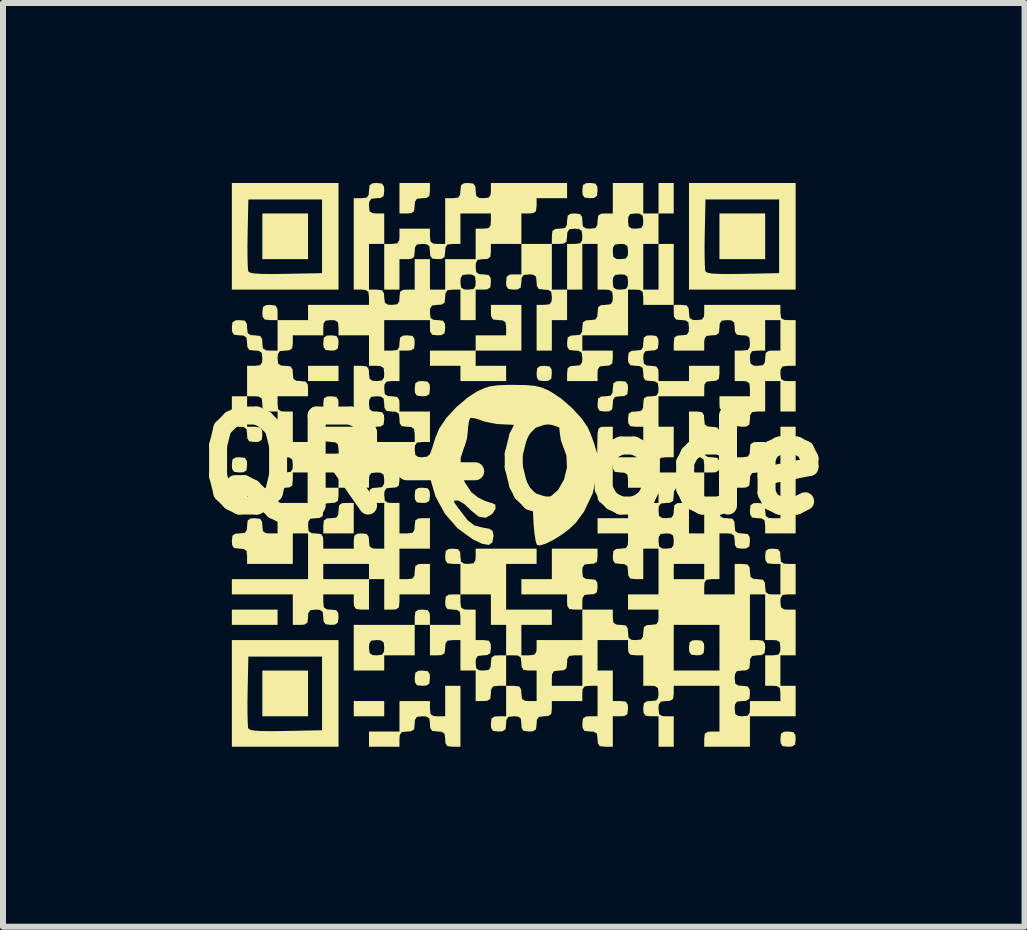
<source format=kicad_pcb>
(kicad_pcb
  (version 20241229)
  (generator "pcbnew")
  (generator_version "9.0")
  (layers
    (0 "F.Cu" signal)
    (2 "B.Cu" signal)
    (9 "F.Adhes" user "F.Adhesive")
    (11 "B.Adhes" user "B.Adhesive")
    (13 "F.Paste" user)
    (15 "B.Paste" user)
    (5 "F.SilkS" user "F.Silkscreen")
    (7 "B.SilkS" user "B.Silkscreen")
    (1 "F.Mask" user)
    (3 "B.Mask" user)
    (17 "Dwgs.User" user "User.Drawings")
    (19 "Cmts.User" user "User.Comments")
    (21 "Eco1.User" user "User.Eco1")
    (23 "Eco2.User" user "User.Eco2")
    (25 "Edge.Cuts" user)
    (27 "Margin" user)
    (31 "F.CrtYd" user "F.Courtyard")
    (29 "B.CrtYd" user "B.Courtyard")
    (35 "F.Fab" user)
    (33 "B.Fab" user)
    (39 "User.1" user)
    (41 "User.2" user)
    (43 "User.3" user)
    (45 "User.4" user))
  (footprint "QR-Code"
    (layer "F.Cu")
    (at 5.514 4.699)
    (property "Reference" "QR-Code" (at 0 0 0) (layer "F.SilkS") (effects (font (size 1.5 1.5) (thickness 0.3))))
    (attr board_only exclude_from_pos_files exclude_from_bom)
    (fp_poly (pts (xy -3.937 2.54) (xy -3.937 2.667) (xy -4.318 2.667) (xy -4.699 2.667) (xy -4.699 2.54) (xy -4.699 2.413) (xy -4.318 2.413) (xy -3.937 2.413)) (stroke (width 0) (type solid)) (fill yes) (layer "F.SilkS"))
    (fp_poly (pts (xy -3.429 -3.81) (xy -3.429 -3.429) (xy -3.81 -3.429) (xy -4.191 -3.429) (xy -4.191 -3.81) (xy -4.191 -4.191) (xy -3.81 -4.191) (xy -3.429 -4.191)) (stroke (width 0) (type solid)) (fill yes) (layer "F.SilkS"))
    (fp_poly (pts (xy -3.429 3.81) (xy -3.429 4.191) (xy -3.81 4.191) (xy -4.191 4.191) (xy -4.191 3.81) (xy -4.191 3.429) (xy -3.81 3.429) (xy -3.429 3.429)) (stroke (width 0) (type solid)) (fill yes) (layer "F.SilkS"))
    (fp_poly (pts (xy -2.921 -1.524) (xy -2.921 -1.397) (xy -3.175 -1.397) (xy -3.429 -1.397) (xy -3.429 -1.524) (xy -3.429 -1.651) (xy -3.175 -1.651) (xy -2.921 -1.651)) (stroke (width 0) (type solid)) (fill yes) (layer "F.SilkS"))
    (fp_poly (pts (xy -2.159 4.064) (xy -2.159 4.191) (xy -2.413 4.191) (xy -2.667 4.191) (xy -2.667 4.064) (xy -2.667 3.937) (xy -2.413 3.937) (xy -2.159 3.937)) (stroke (width 0) (type solid)) (fill yes) (layer "F.SilkS"))
    (fp_poly (pts (xy 4.191 -3.81) (xy 4.191 -3.429) (xy 3.81 -3.429) (xy 3.429 -3.429) (xy 3.429 -3.81) (xy 3.429 -4.191) (xy 3.81 -4.191) (xy 4.191 -4.191)) (stroke (width 0) (type solid)) (fill yes) (layer "F.SilkS"))
    (fp_poly (pts (xy -4.482 -0.117) (xy -4.449 -0.067) (xy -4.445 0) (xy -4.455 0.09) (xy -4.505 0.123) (xy -4.572 0.127) (xy -4.662 0.117) (xy -4.695 0.067) (xy -4.699 0) (xy -4.689 -0.09) (xy -4.639 -0.123) (xy -4.572 -0.127)) (stroke (width 0) (type solid)) (fill yes) (layer "F.SilkS"))
    (fp_poly (pts (xy -4.482 0.391) (xy -4.449 0.441) (xy -4.445 0.508) (xy -4.455 0.598) (xy -4.505 0.631) (xy -4.572 0.635) (xy -4.662 0.625) (xy -4.695 0.575) (xy -4.699 0.508) (xy -4.689 0.418) (xy -4.639 0.385) (xy -4.572 0.381)) (stroke (width 0) (type solid)) (fill yes) (layer "F.SilkS"))
    (fp_poly (pts (xy -2.958 -2.149) (xy -2.925 -2.099) (xy -2.921 -2.032) (xy -2.931 -1.942) (xy -2.981 -1.909) (xy -3.048 -1.905) (xy -3.138 -1.915) (xy -3.171 -1.965) (xy -3.175 -2.032) (xy -3.165 -2.122) (xy -3.115 -2.155) (xy -3.048 -2.159)) (stroke (width 0) (type solid)) (fill yes) (layer "F.SilkS"))
    (fp_poly (pts (xy -2.958 -1.133) (xy -2.925 -1.083) (xy -2.921 -1.016) (xy -2.931 -0.926) (xy -2.981 -0.893) (xy -3.048 -0.889) (xy -3.138 -0.899) (xy -3.171 -0.949) (xy -3.175 -1.016) (xy -3.165 -1.106) (xy -3.115 -1.139) (xy -3.048 -1.143)) (stroke (width 0) (type solid)) (fill yes) (layer "F.SilkS"))
    (fp_poly (pts (xy -1.434 -1.387) (xy -1.401 -1.337) (xy -1.397 -1.27) (xy -1.407 -1.18) (xy -1.457 -1.147) (xy -1.524 -1.143) (xy -1.614 -1.153) (xy -1.647 -1.203) (xy -1.651 -1.27) (xy -1.641 -1.36) (xy -1.591 -1.393) (xy -1.524 -1.397)) (stroke (width 0) (type solid)) (fill yes) (layer "F.SilkS"))
    (fp_poly (pts (xy -1.434 0.391) (xy -1.401 0.441) (xy -1.397 0.508) (xy -1.407 0.598) (xy -1.457 0.631) (xy -1.524 0.635) (xy -1.614 0.625) (xy -1.647 0.575) (xy -1.651 0.508) (xy -1.641 0.418) (xy -1.591 0.385) (xy -1.524 0.381)) (stroke (width 0) (type solid)) (fill yes) (layer "F.SilkS"))
    (fp_poly (pts (xy -1.434 3.439) (xy -1.401 3.489) (xy -1.397 3.556) (xy -1.407 3.646) (xy -1.457 3.679) (xy -1.524 3.683) (xy -1.614 3.673) (xy -1.647 3.623) (xy -1.651 3.556) (xy -1.641 3.466) (xy -1.591 3.433) (xy -1.524 3.429)) (stroke (width 0) (type solid)) (fill yes) (layer "F.SilkS"))
    (fp_poly (pts (xy 0.598 -1.641) (xy 0.631 -1.591) (xy 0.635 -1.524) (xy 0.625 -1.434) (xy 0.575 -1.401) (xy 0.508 -1.397) (xy 0.418 -1.407) (xy 0.385 -1.457) (xy 0.381 -1.524) (xy 0.391 -1.614) (xy 0.441 -1.647) (xy 0.508 -1.651)) (stroke (width 0) (type solid)) (fill yes) (layer "F.SilkS"))
    (fp_poly (pts (xy 1.36 -4.689) (xy 1.393 -4.639) (xy 1.397 -4.572) (xy 1.387 -4.482) (xy 1.337 -4.449) (xy 1.27 -4.445) (xy 1.18 -4.455) (xy 1.147 -4.505) (xy 1.143 -4.572) (xy 1.153 -4.662) (xy 1.203 -4.695) (xy 1.27 -4.699)) (stroke (width 0) (type solid)) (fill yes) (layer "F.SilkS"))
    (fp_poly (pts (xy 1.614 0.391) (xy 1.647 0.441) (xy 1.651 0.508) (xy 1.641 0.598) (xy 1.591 0.631) (xy 1.524 0.635) (xy 1.434 0.625) (xy 1.401 0.575) (xy 1.397 0.508) (xy 1.407 0.418) (xy 1.457 0.385) (xy 1.524 0.381)) (stroke (width 0) (type solid)) (fill yes) (layer "F.SilkS"))
    (fp_poly (pts (xy 3.138 2.931) (xy 3.171 2.981) (xy 3.175 3.048) (xy 3.165 3.138) (xy 3.115 3.171) (xy 3.048 3.175) (xy 2.958 3.165) (xy 2.925 3.115) (xy 2.921 3.048) (xy 2.931 2.958) (xy 2.981 2.925) (xy 3.048 2.921)) (stroke (width 0) (type solid)) (fill yes) (layer "F.SilkS"))
    (fp_poly (pts (xy 4.662 4.455) (xy 4.695 4.505) (xy 4.699 4.572) (xy 4.689 4.662) (xy 4.639 4.695) (xy 4.572 4.699) (xy 4.482 4.689) (xy 4.449 4.639) (xy 4.445 4.572) (xy 4.455 4.482) (xy 4.505 4.449) (xy 4.572 4.445)) (stroke (width 0) (type solid)) (fill yes) (layer "F.SilkS"))
    (fp_poly (pts (xy -2.667 0.889) (xy -2.667 1.143) (xy -2.921 1.143) (xy -3.175 1.143) (xy -3.175 1.016) (xy -3.165 0.926) (xy -3.115 0.893) (xy -3.048 0.889) (xy -2.958 0.879) (xy -2.925 0.829) (xy -2.921 0.762) (xy -2.911 0.672) (xy -2.861 0.639) (xy -2.794 0.635) (xy -2.667 0.635)) (stroke (width 0) (type solid)) (fill yes) (layer "F.SilkS"))
    (fp_poly (pts (xy -1.397 -4.572) (xy -1.407 -4.482) (xy -1.457 -4.449) (xy -1.524 -4.445) (xy -1.614 -4.435) (xy -1.647 -4.385) (xy -1.651 -4.318) (xy -1.661 -4.228) (xy -1.711 -4.195) (xy -1.778 -4.191) (xy -1.905 -4.191) (xy -1.905 -4.445) (xy -1.905 -4.699) (xy -1.651 -4.699) (xy -1.397 -4.699)) (stroke (width 0) (type solid)) (fill yes) (layer "F.SilkS"))
    (fp_poly (pts (xy 4.191 -0.127) (xy 4.191 0.127) (xy 4.064 0.127) (xy 3.974 0.137) (xy 3.941 0.187) (xy 3.937 0.254) (xy 3.927 0.344) (xy 3.877 0.377) (xy 3.81 0.381) (xy 3.683 0.381) (xy 3.683 0.127) (xy 3.683 -0.127) (xy 3.81 -0.127) (xy 3.9 -0.137) (xy 3.933 -0.187) (xy 3.937 -0.254) (xy 3.947 -0.344) (xy 3.997 -0.377) (xy 4.064 -0.381) (xy 4.191 -0.381)) (stroke (width 0) (type solid)) (fill yes) (layer "F.SilkS"))
    (fp_poly (pts (xy 1.868 -1.387) (xy 1.901 -1.337) (xy 1.905 -1.27) (xy 1.895 -1.18) (xy 1.845 -1.147) (xy 1.778 -1.143) (xy 1.688 -1.133) (xy 1.655 -1.083) (xy 1.651 -1.016) (xy 1.641 -0.926) (xy 1.591 -0.893) (xy 1.524 -0.889) (xy 1.434 -0.899) (xy 1.401 -0.949) (xy 1.397 -1.016) (xy 1.407 -1.106) (xy 1.457 -1.139) (xy 1.524 -1.143) (xy 1.614 -1.153) (xy 1.647 -1.203) (xy 1.651 -1.27) (xy 1.661 -1.36) (xy 1.711 -1.393) (xy 1.778 -1.397)) (stroke (width 0) (type solid)) (fill yes) (layer "F.SilkS"))
    (fp_poly (pts (xy 4.699 0.254) (xy 4.699 1.143) (xy 4.445 1.143) (xy 4.191 1.143) (xy 4.191 1.016) (xy 4.181 0.926) (xy 4.131 0.893) (xy 4.064 0.889) (xy 3.974 0.879) (xy 3.941 0.829) (xy 3.937 0.762) (xy 3.947 0.672) (xy 3.997 0.639) (xy 4.064 0.635) (xy 4.154 0.645) (xy 4.187 0.695) (xy 4.191 0.762) (xy 4.201 0.852) (xy 4.251 0.885) (xy 4.318 0.889) (xy 4.445 0.889) (xy 4.445 0.127) (xy 4.445 -0.635) (xy 4.572 -0.635) (xy 4.699 -0.635)) (stroke (width 0) (type solid)) (fill yes) (layer "F.SilkS"))
    (fp_poly (pts (xy -2.921 -3.81) (xy -2.921 -2.921) (xy -3.81 -2.921) (xy -4.699 -2.921) (xy -4.699 -3.64) (xy -4.439 -3.64) (xy -4.438 -3.453) (xy -4.434 -3.313) (xy -4.428 -3.236) (xy -4.426 -3.229) (xy -4.399 -3.206) (xy -4.33 -3.191) (xy -4.208 -3.183) (xy -4.022 -3.181) (xy -3.8 -3.184) (xy -3.196 -3.196) (xy -3.196 -3.81) (xy -3.196 -4.424) (xy -3.81 -4.424) (xy -4.424 -4.424) (xy -4.436 -3.854) (xy -4.439 -3.64) (xy -4.699 -3.64) (xy -4.699 -3.81) (xy -4.699 -4.699) (xy -3.81 -4.699) (xy -2.921 -4.699)) (stroke (width 0) (type solid)) (fill yes) (layer "F.SilkS"))
    (fp_poly (pts (xy -2.921 3.81) (xy -2.921 4.699) (xy -3.81 4.699) (xy -4.699 4.699) (xy -4.699 3.98) (xy -4.439 3.98) (xy -4.438 4.167) (xy -4.434 4.307) (xy -4.428 4.384) (xy -4.426 4.391) (xy -4.399 4.414) (xy -4.33 4.429) (xy -4.208 4.437) (xy -4.022 4.439) (xy -3.8 4.436) (xy -3.196 4.424) (xy -3.196 3.81) (xy -3.196 3.196) (xy -3.81 3.196) (xy -4.424 3.196) (xy -4.436 3.766) (xy -4.439 3.98) (xy -4.699 3.98) (xy -4.699 3.81) (xy -4.699 2.921) (xy -3.81 2.921) (xy -2.921 2.921)) (stroke (width 0) (type solid)) (fill yes) (layer "F.SilkS"))
    (fp_poly (pts (xy 4.699 -3.81) (xy 4.699 -2.921) (xy 3.81 -2.921) (xy 2.921 -2.921) (xy 2.921 -3.64) (xy 3.181 -3.64) (xy 3.182 -3.453) (xy 3.186 -3.313) (xy 3.192 -3.236) (xy 3.194 -3.229) (xy 3.221 -3.206) (xy 3.29 -3.191) (xy 3.412 -3.183) (xy 3.598 -3.181) (xy 3.82 -3.184) (xy 4.424 -3.196) (xy 4.424 -3.81) (xy 4.424 -4.424) (xy 3.81 -4.424) (xy 3.196 -4.424) (xy 3.184 -3.854) (xy 3.181 -3.64) (xy 2.921 -3.64) (xy 2.921 -3.81) (xy 2.921 -4.699) (xy 3.81 -4.699) (xy 4.699 -4.699)) (stroke (width 0) (type solid)) (fill yes) (layer "F.SilkS"))
    (fp_poly (pts (xy 0.127 -2.286) (xy 0.127 -1.905) (xy -0.254 -1.905) (xy -0.635 -1.905) (xy -0.635 -1.778) (xy -0.635 -1.651) (xy -0.381 -1.651) (xy -0.127 -1.651) (xy -0.127 -1.524) (xy -0.127 -1.397) (xy -0.508 -1.397) (xy -0.889 -1.397) (xy -0.889 -1.524) (xy -0.889 -1.651) (xy -1.143 -1.651) (xy -1.397 -1.651) (xy -1.397 -1.778) (xy -1.397 -1.905) (xy -1.016 -1.905) (xy -0.635 -1.905) (xy -0.635 -2.032) (xy -0.635 -2.159) (xy -0.381 -2.159) (xy -0.127 -2.159) (xy -0.127 -2.286) (xy -0.137 -2.376) (xy -0.187 -2.409) (xy -0.254 -2.413) (xy -0.344 -2.423) (xy -0.377 -2.473) (xy -0.381 -2.54) (xy -0.381 -2.667) (xy -0.127 -2.667) (xy 0.127 -2.667)) (stroke (width 0) (type solid)) (fill yes) (layer "F.SilkS"))
    (fp_poly (pts (xy 1.397 1.524) (xy 1.387 1.614) (xy 1.337 1.647) (xy 1.27 1.651) (xy 1.18 1.661) (xy 1.147 1.711) (xy 1.143 1.778) (xy 1.153 1.868) (xy 1.203 1.901) (xy 1.27 1.905) (xy 1.36 1.915) (xy 1.393 1.965) (xy 1.397 2.032) (xy 1.387 2.122) (xy 1.337 2.155) (xy 1.27 2.159) (xy 1.18 2.169) (xy 1.147 2.219) (xy 1.143 2.286) (xy 1.143 2.413) (xy 1.016 2.413) (xy 0.926 2.403) (xy 0.893 2.353) (xy 0.889 2.286) (xy 0.889 2.159) (xy 0.508 2.159) (xy 0.127 2.159) (xy 0.127 2.032) (xy 0.127 1.905) (xy 0.381 1.905) (xy 0.635 1.905) (xy 0.635 1.651) (xy 0.635 1.397) (xy 1.016 1.397) (xy 1.397 1.397)) (stroke (width 0) (type solid)) (fill yes) (layer "F.SilkS"))
    (fp_poly (pts (xy -0.889 4.191) (xy -0.889 4.699) (xy -1.016 4.699) (xy -1.106 4.689) (xy -1.139 4.639) (xy -1.143 4.572) (xy -1.153 4.482) (xy -1.203 4.449) (xy -1.27 4.445) (xy -1.36 4.435) (xy -1.393 4.385) (xy -1.397 4.318) (xy -1.407 4.228) (xy -1.457 4.195) (xy -1.524 4.191) (xy -1.614 4.201) (xy -1.647 4.251) (xy -1.651 4.318) (xy -1.661 4.408) (xy -1.711 4.441) (xy -1.778 4.445) (xy -1.868 4.455) (xy -1.901 4.505) (xy -1.905 4.572) (xy -1.905 4.699) (xy -2.159 4.699) (xy -2.413 4.699) (xy -2.413 4.572) (xy -2.413 4.445) (xy -2.159 4.445) (xy -1.905 4.445) (xy -1.905 4.191) (xy -1.905 3.937) (xy -1.651 3.937) (xy -1.397 3.937) (xy -1.397 4.064) (xy -1.387 4.154) (xy -1.337 4.187) (xy -1.27 4.191) (xy -1.143 4.191) (xy -1.143 3.937) (xy -1.143 3.683) (xy -1.016 3.683) (xy -0.889 3.683)) (stroke (width 0) (type solid)) (fill yes) (layer "F.SilkS"))
    (fp_poly (pts (xy 2.884 -2.657) (xy 2.917 -2.607) (xy 2.921 -2.54) (xy 2.931 -2.45) (xy 2.981 -2.417) (xy 3.048 -2.413) (xy 3.138 -2.423) (xy 3.171 -2.473) (xy 3.175 -2.54) (xy 3.175 -2.667) (xy 3.81 -2.667) (xy 4.445 -2.667) (xy 4.445 -2.54) (xy 4.455 -2.45) (xy 4.505 -2.417) (xy 4.572 -2.413) (xy 4.699 -2.413) (xy 4.699 -2.032) (xy 4.699 -1.651) (xy 4.572 -1.651) (xy 4.482 -1.641) (xy 4.449 -1.591) (xy 4.445 -1.524) (xy 4.455 -1.434) (xy 4.505 -1.401) (xy 4.572 -1.397) (xy 4.699 -1.397) (xy 4.699 -1.143) (xy 4.699 -0.889) (xy 4.572 -0.889) (xy 4.445 -0.889) (xy 4.445 -1.143) (xy 4.445 -1.397) (xy 4.318 -1.397) (xy 4.191 -1.397) (xy 4.191 -1.143) (xy 4.191 -0.889) (xy 4.064 -0.889) (xy 3.974 -0.879) (xy 3.941 -0.829) (xy 3.937 -0.762) (xy 3.927 -0.672) (xy 3.877 -0.639) (xy 3.81 -0.635) (xy 3.72 -0.645) (xy 3.687 -0.695) (xy 3.683 -0.762) (xy 3.673 -0.852) (xy 3.623 -0.885) (xy 3.556 -0.889) (xy 3.466 -0.899) (xy 3.433 -0.949) (xy 3.429 -1.016) (xy 3.429 -1.143) (xy 3.683 -1.143) (xy 3.937 -1.143) (xy 3.937 -1.27) (xy 3.927 -1.36) (xy 3.877 -1.393) (xy 3.81 -1.397) (xy 3.683 -1.397) (xy 3.683 -1.651) (xy 3.683 -1.778) (xy 3.937 -1.778) (xy 3.947 -1.688) (xy 3.997 -1.655) (xy 4.064 -1.651) (xy 4.154 -1.661) (xy 4.187 -1.711) (xy 4.191 -1.778) (xy 4.201 -1.868) (xy 4.251 -1.901) (xy 4.318 -1.905) (xy 4.445 -1.905) (xy 4.445 -2.159) (xy 4.445 -2.413) (xy 4.318 -2.413) (xy 4.191 -2.413) (xy 4.191 -2.159) (xy 4.191 -1.905) (xy 4.064 -1.905) (xy 3.974 -1.895) (xy 3.941 -1.845) (xy 3.937 -1.778) (xy 3.683 -1.778) (xy 3.683 -1.905) (xy 3.81 -1.905) (xy 3.9 -1.915) (xy 3.933 -1.965) (xy 3.937 -2.032) (xy 3.927 -2.122) (xy 3.877 -2.155) (xy 3.81 -2.159) (xy 3.72 -2.169) (xy 3.687 -2.219) (xy 3.683 -2.286) (xy 3.673 -2.376) (xy 3.623 -2.409) (xy 3.556 -2.413) (xy 3.466 -2.403) (xy 3.433 -2.353) (xy 3.429 -2.286) (xy 3.419 -2.196) (xy 3.369 -2.163) (xy 3.302 -2.159) (xy 3.212 -2.149) (xy 3.179 -2.099) (xy 3.175 -2.032) (xy 3.175 -1.905) (xy 2.921 -1.905) (xy 2.667 -1.905) (xy 2.667 -2.032) (xy 2.677 -2.122) (xy 2.727 -2.155) (xy 2.794 -2.159) (xy 2.884 -2.169) (xy 2.917 -2.219) (xy 2.921 -2.286) (xy 2.911 -2.376) (xy 2.861 -2.409) (xy 2.794 -2.413) (xy 2.704 -2.423) (xy 2.671 -2.473) (xy 2.667 -2.54) (xy 2.667 -2.667) (xy 2.794 -2.667)) (stroke (width 0) (type solid)) (fill yes) (layer "F.SilkS"))
    (fp_poly (pts (xy 0.889 -4.572) (xy 0.889 -4.445) (xy 0.635 -4.445) (xy 0.381 -4.445) (xy 0.381 -4.318) (xy 0.371 -4.228) (xy 0.321 -4.195) (xy 0.254 -4.191) (xy 0.127 -4.191) (xy 0.127 -3.937) (xy 0.127 -3.683) (xy 0.381 -3.683) (xy 0.635 -3.683) (xy 0.635 -3.81) (xy 0.645 -3.9) (xy 0.695 -3.933) (xy 0.762 -3.937) (xy 0.852 -3.947) (xy 0.885 -3.997) (xy 0.889 -4.064) (xy 0.899 -4.154) (xy 0.949 -4.187) (xy 1.016 -4.191) (xy 1.106 -4.181) (xy 1.139 -4.131) (xy 1.143 -4.064) (xy 1.153 -3.974) (xy 1.203 -3.941) (xy 1.27 -3.937) (xy 1.36 -3.947) (xy 1.393 -3.997) (xy 1.397 -4.064) (xy 1.905 -4.064) (xy 1.915 -3.974) (xy 1.965 -3.941) (xy 2.032 -3.937) (xy 2.122 -3.947) (xy 2.155 -3.997) (xy 2.159 -4.064) (xy 2.149 -4.154) (xy 2.099 -4.187) (xy 2.032 -4.191) (xy 1.942 -4.181) (xy 1.909 -4.131) (xy 1.905 -4.064) (xy 1.397 -4.064) (xy 1.407 -4.154) (xy 1.457 -4.187) (xy 1.524 -4.191) (xy 1.651 -4.191) (xy 1.651 -4.445) (xy 1.651 -4.699) (xy 1.905 -4.699) (xy 2.159 -4.699) (xy 2.159 -4.445) (xy 2.159 -4.191) (xy 2.286 -4.191) (xy 2.413 -4.191) (xy 2.413 -4.445) (xy 2.413 -4.699) (xy 2.54 -4.699) (xy 2.667 -4.699) (xy 2.667 -4.445) (xy 2.667 -4.191) (xy 2.54 -4.191) (xy 2.413 -4.191) (xy 2.413 -3.937) (xy 2.413 -3.683) (xy 2.286 -3.683) (xy 2.159 -3.683) (xy 2.159 -3.302) (xy 2.159 -2.921) (xy 2.286 -2.921) (xy 2.413 -2.921) (xy 2.413 -3.302) (xy 2.413 -3.683) (xy 2.54 -3.683) (xy 2.667 -3.683) (xy 2.667 -3.175) (xy 2.667 -2.667) (xy 2.413 -2.667) (xy 2.159 -2.667) (xy 2.159 -2.794) (xy 2.149 -2.884) (xy 2.099 -2.917) (xy 2.032 -2.921) (xy 1.905 -2.921) (xy 1.905 -2.54) (xy 1.905 -2.159) (xy 1.524 -2.159) (xy 1.143 -2.159) (xy 1.143 -2.032) (xy 1.143 -1.905) (xy 1.397 -1.905) (xy 1.651 -1.905) (xy 1.651 -1.778) (xy 1.641 -1.688) (xy 1.591 -1.655) (xy 1.524 -1.651) (xy 1.434 -1.641) (xy 1.401 -1.591) (xy 1.397 -1.524) (xy 1.397 -1.397) (xy 1.143 -1.397) (xy 0.889 -1.397) (xy 0.889 -1.524) (xy 0.899 -1.614) (xy 0.949 -1.647) (xy 1.016 -1.651) (xy 1.106 -1.661) (xy 1.139 -1.711) (xy 1.143 -1.778) (xy 1.133 -1.868) (xy 1.083 -1.901) (xy 1.016 -1.905) (xy 0.926 -1.915) (xy 0.893 -1.965) (xy 0.889 -2.032) (xy 0.899 -2.122) (xy 0.949 -2.155) (xy 1.016 -2.159) (xy 1.106 -2.169) (xy 1.139 -2.219) (xy 1.143 -2.286) (xy 1.153 -2.376) (xy 1.203 -2.409) (xy 1.27 -2.413) (xy 1.36 -2.423) (xy 1.393 -2.473) (xy 1.397 -2.54) (xy 1.407 -2.63) (xy 1.457 -2.663) (xy 1.524 -2.667) (xy 1.614 -2.677) (xy 1.647 -2.727) (xy 1.651 -2.794) (xy 1.641 -2.884) (xy 1.591 -2.917) (xy 1.524 -2.921) (xy 1.397 -2.921) (xy 1.397 -3.048) (xy 1.651 -3.048) (xy 1.661 -2.958) (xy 1.711 -2.925) (xy 1.778 -2.921) (xy 1.868 -2.931) (xy 1.901 -2.981) (xy 1.905 -3.048) (xy 1.895 -3.138) (xy 1.845 -3.171) (xy 1.778 -3.175) (xy 1.688 -3.165) (xy 1.655 -3.115) (xy 1.651 -3.048) (xy 1.397 -3.048) (xy 1.397 -3.302) (xy 1.397 -3.556) (xy 1.651 -3.556) (xy 1.661 -3.466) (xy 1.711 -3.433) (xy 1.778 -3.429) (xy 1.868 -3.439) (xy 1.901 -3.489) (xy 1.905 -3.556) (xy 1.895 -3.646) (xy 1.845 -3.679) (xy 1.778 -3.683) (xy 1.688 -3.673) (xy 1.655 -3.623) (xy 1.651 -3.556) (xy 1.397 -3.556) (xy 1.397 -3.683) (xy 1.27 -3.683) (xy 1.143 -3.683) (xy 1.143 -3.302) (xy 1.143 -2.921) (xy 1.016 -2.921) (xy 0.889 -2.921) (xy 0.889 -2.667) (xy 0.889 -2.413) (xy 0.762 -2.413) (xy 0.635 -2.413) (xy 0.635 -2.159) (xy 0.635 -1.905) (xy 0.508 -1.905) (xy 0.381 -1.905) (xy 0.381 -2.286) (xy 0.381 -2.667) (xy 0.508 -2.667) (xy 0.598 -2.677) (xy 0.631 -2.727) (xy 0.635 -2.794) (xy 0.625 -2.884) (xy 0.575 -2.917) (xy 0.508 -2.921) (xy 0.635 -2.921) (xy 0.762 -2.921) (xy 0.889 -2.921) (xy 0.889 -3.302) (xy 0.889 -3.683) (xy 1.016 -3.683) (xy 1.106 -3.693) (xy 1.139 -3.743) (xy 1.143 -3.81) (xy 1.133 -3.9) (xy 1.083 -3.933) (xy 1.016 -3.937) (xy 0.926 -3.927) (xy 0.893 -3.877) (xy 0.889 -3.81) (xy 0.879 -3.72) (xy 0.829 -3.687) (xy 0.762 -3.683) (xy 0.635 -3.683) (xy 0.635 -3.302) (xy 0.635 -2.921) (xy 0.508 -2.921) (xy 0.418 -2.931) (xy 0.385 -2.981) (xy 0.381 -3.048) (xy 0.371 -3.138) (xy 0.321 -3.171) (xy 0.254 -3.175) (xy 0.164 -3.165) (xy 0.131 -3.115) (xy 0.127 -3.048) (xy 0.117 -2.958) (xy 0.067 -2.925) (xy 0 -2.921) (xy -0.09 -2.931) (xy -0.123 -2.981) (xy -0.127 -3.048) (xy -0.117 -3.138) (xy -0.067 -3.171) (xy 0 -3.175) (xy 0.127 -3.175) (xy 0.127 -3.429) (xy 0.127 -3.683) (xy -0.127 -3.683) (xy -0.381 -3.683) (xy -0.381 -3.556) (xy -0.391 -3.466) (xy -0.441 -3.433) (xy -0.508 -3.429) (xy -0.598 -3.419) (xy -0.631 -3.369) (xy -0.635 -3.302) (xy -0.625 -3.212) (xy -0.575 -3.179) (xy -0.508 -3.175) (xy -0.418 -3.165) (xy -0.385 -3.115) (xy -0.381 -3.048) (xy -0.391 -2.958) (xy -0.441 -2.925) (xy -0.508 -2.921) (xy -0.635 -2.921) (xy -0.635 -2.667) (xy -0.635 -2.413) (xy -0.762 -2.413) (xy -0.889 -2.413) (xy -0.889 -2.667) (xy -0.889 -2.921) (xy -1.016 -2.921) (xy -1.106 -2.911) (xy -1.139 -2.861) (xy -1.143 -2.794) (xy -1.153 -2.704) (xy -1.203 -2.671) (xy -1.27 -2.667) (xy -1.36 -2.657) (xy -1.393 -2.607) (xy -1.397 -2.54) (xy -1.387 -2.45) (xy -1.337 -2.417) (xy -1.27 -2.413) (xy -1.18 -2.403) (xy -1.147 -2.353) (xy -1.143 -2.286) (xy -1.153 -2.196) (xy -1.203 -2.163) (xy -1.27 -2.159) (xy -1.36 -2.169) (xy -1.393 -2.219) (xy -1.397 -2.286) (xy -1.397 -2.413) (xy -1.778 -2.413) (xy -2.159 -2.413) (xy -2.159 -2.159) (xy -2.159 -1.905) (xy -2.032 -1.905) (xy -1.942 -1.915) (xy -1.909 -1.965) (xy -1.905 -2.032) (xy -1.895 -2.122) (xy -1.845 -2.155) (xy -1.778 -2.159) (xy -1.688 -2.149) (xy -1.655 -2.099) (xy -1.651 -2.032) (xy -1.661 -1.942) (xy -1.711 -1.909) (xy -1.778 -1.905) (xy -1.905 -1.905) (xy -1.905 -1.651) (xy -1.905 -1.397) (xy -2.032 -1.397) (xy -2.122 -1.387) (xy -2.155 -1.337) (xy -2.159 -1.27) (xy -2.149 -1.18) (xy -2.099 -1.147) (xy -2.032 -1.143) (xy -1.942 -1.133) (xy -1.909 -1.083) (xy -1.905 -1.016) (xy -1.905 -0.889) (xy -1.651 -0.889) (xy -1.397 -0.889) (xy -1.397 -0.635) (xy -1.397 -0.381) (xy -1.524 -0.381) (xy -1.614 -0.371) (xy -1.647 -0.321) (xy -1.651 -0.254) (xy -1.64 -0.164) (xy -1.591 -0.131) (xy -1.526 -0.127) (xy -1.444 -0.137) (xy -1.396 -0.18) (xy -1.359 -0.281) (xy -1.352 -0.307) (xy -1.306 -0.452) (xy -1.252 -0.585) (xy -1.241 -0.608) (xy -1.124 -0.782) (xy -0.957 -0.962) (xy -0.768 -1.123) (xy -0.616 -1.221) (xy -0.502 -1.275) (xy -0.396 -1.309) (xy -0.27 -1.326) (xy -0.099 -1.333) (xy 0 -1.333) (xy 0.201 -1.33) (xy 0.343 -1.318) (xy 0.455 -1.293) (xy 0.562 -1.248) (xy 0.616 -1.221) (xy 0.79 -1.106) (xy 0.97 -0.949) (xy 1.128 -0.779) (xy 1.23 -0.631) (xy 1.279 -0.523) (xy 1.329 -0.386) (xy 1.338 -0.36) (xy 1.391 -0.191) (xy 1.394 -0.413) (xy 1.398 -0.542) (xy 1.415 -0.608) (xy 1.456 -0.632) (xy 1.524 -0.635) (xy 1.651 -0.635) (xy 1.651 -0.381) (xy 1.651 -0.127) (xy 1.905 -0.127) (xy 2.159 -0.127) (xy 2.159 -0.381) (xy 2.159 -0.635) (xy 2.032 -0.635) (xy 1.942 -0.645) (xy 1.909 -0.695) (xy 1.905 -0.762) (xy 1.915 -0.852) (xy 1.965 -0.885) (xy 2.032 -0.889) (xy 2.122 -0.899) (xy 2.155 -0.949) (xy 2.159 -1.016) (xy 2.169 -1.106) (xy 2.219 -1.139) (xy 2.286 -1.143) (xy 2.376 -1.153) (xy 2.409 -1.203) (xy 2.413 -1.27) (xy 2.403 -1.36) (xy 2.353 -1.393) (xy 2.286 -1.397) (xy 2.196 -1.407) (xy 2.163 -1.457) (xy 2.159 -1.524) (xy 2.149 -1.614) (xy 2.099 -1.647) (xy 2.032 -1.651) (xy 1.942 -1.661) (xy 1.909 -1.711) (xy 1.905 -1.778) (xy 1.915 -1.868) (xy 1.965 -1.901) (xy 2.032 -1.905) (xy 2.122 -1.915) (xy 2.155 -1.965) (xy 2.159 -2.032) (xy 2.169 -2.122) (xy 2.219 -2.155) (xy 2.286 -2.159) (xy 2.376 -2.149) (xy 2.409 -2.099) (xy 2.413 -2.032) (xy 2.403 -1.942) (xy 2.353 -1.909) (xy 2.286 -1.905) (xy 2.196 -1.895) (xy 2.163 -1.845) (xy 2.159 -1.778) (xy 2.169 -1.688) (xy 2.219 -1.655) (xy 2.286 -1.651) (xy 2.376 -1.641) (xy 2.409 -1.591) (xy 2.413 -1.524) (xy 2.413 -1.397) (xy 2.667 -1.397) (xy 2.921 -1.397) (xy 2.921 -1.524) (xy 2.921 -1.651) (xy 3.175 -1.651) (xy 3.429 -1.651) (xy 3.429 -1.524) (xy 3.419 -1.434) (xy 3.369 -1.401) (xy 3.302 -1.397) (xy 3.212 -1.387) (xy 3.179 -1.337) (xy 3.175 -1.27) (xy 3.175 -1.143) (xy 2.794 -1.143) (xy 2.413 -1.143) (xy 2.413 -0.889) (xy 2.413 -0.635) (xy 2.54 -0.635) (xy 2.667 -0.635) (xy 2.667 -0.381) (xy 2.667 -0.127) (xy 2.54 -0.127) (xy 2.45 -0.117) (xy 2.417 -0.067) (xy 2.413 0) (xy 2.413 0.127) (xy 2.794 0.127) (xy 3.175 0.127) (xy 3.175 0) (xy 3.165 -0.09) (xy 3.115 -0.123) (xy 3.048 -0.127) (xy 2.921 -0.127) (xy 2.921 -0.508) (xy 2.921 -0.889) (xy 3.048 -0.889) (xy 3.138 -0.879) (xy 3.171 -0.829) (xy 3.175 -0.762) (xy 3.185 -0.672) (xy 3.235 -0.639) (xy 3.302 -0.635) (xy 3.392 -0.625) (xy 3.425 -0.575) (xy 3.429 -0.508) (xy 3.419 -0.418) (xy 3.369 -0.385) (xy 3.302 -0.381) (xy 3.212 -0.371) (xy 3.179 -0.321) (xy 3.175 -0.254) (xy 3.185 -0.164) (xy 3.235 -0.131) (xy 3.302 -0.127) (xy 3.392 -0.117) (xy 3.425 -0.067) (xy 3.429 0) (xy 3.419 0.09) (xy 3.369 0.123) (xy 3.302 0.127) (xy 3.175 0.127) (xy 3.175 0.381) (xy 3.175 0.635) (xy 3.048 0.635) (xy 2.958 0.625) (xy 2.925 0.575) (xy 2.921 0.508) (xy 2.911 0.418) (xy 2.861 0.385) (xy 2.794 0.381) (xy 2.704 0.391) (xy 2.671 0.441) (xy 2.667 0.508) (xy 2.657 0.598) (xy 2.607 0.631) (xy 2.54 0.635) (xy 2.45 0.645) (xy 2.417 0.695) (xy 2.413 0.762) (xy 2.423 0.852) (xy 2.473 0.885) (xy 2.54 0.889) (xy 2.63 0.879) (xy 2.663 0.829) (xy 2.667 0.762) (xy 2.677 0.672) (xy 2.727 0.639) (xy 2.794 0.635) (xy 2.921 0.635) (xy 2.921 0.889) (xy 2.921 1.143) (xy 3.048 1.143) (xy 3.175 1.143) (xy 3.175 0.889) (xy 3.175 0.635) (xy 3.302 0.635) (xy 3.392 0.645) (xy 3.425 0.695) (xy 3.429 0.762) (xy 3.439 0.852) (xy 3.489 0.885) (xy 3.556 0.889) (xy 3.646 0.899) (xy 3.679 0.949) (xy 3.683 1.016) (xy 3.693 1.106) (xy 3.743 1.139) (xy 3.81 1.143) (xy 3.9 1.153) (xy 3.933 1.203) (xy 3.937 1.27) (xy 3.927 1.36) (xy 3.877 1.393) (xy 3.81 1.397) (xy 3.72 1.387) (xy 3.687 1.337) (xy 3.683 1.27) (xy 3.673 1.18) (xy 3.623 1.147) (xy 3.556 1.143) (xy 3.429 1.143) (xy 3.429 1.524) (xy 3.429 1.905) (xy 3.302 1.905) (xy 3.212 1.915) (xy 3.179 1.965) (xy 3.175 2.032) (xy 3.175 2.159) (xy 3.429 2.159) (xy 3.683 2.159) (xy 3.683 1.905) (xy 3.683 1.651) (xy 3.81 1.651) (xy 3.9 1.661) (xy 3.933 1.711) (xy 3.937 1.778) (xy 3.947 1.868) (xy 3.997 1.901) (xy 4.064 1.905) (xy 4.154 1.915) (xy 4.187 1.965) (xy 4.191 2.032) (xy 4.201 2.122) (xy 4.251 2.155) (xy 4.318 2.159) (xy 4.445 2.159) (xy 4.445 1.905) (xy 4.445 1.651) (xy 4.318 1.651) (xy 4.228 1.641) (xy 4.195 1.591) (xy 4.191 1.524) (xy 4.201 1.434) (xy 4.251 1.401) (xy 4.318 1.397) (xy 4.408 1.407) (xy 4.441 1.457) (xy 4.445 1.524) (xy 4.455 1.614) (xy 4.505 1.647) (xy 4.572 1.651) (xy 4.699 1.651) (xy 4.699 1.905) (xy 4.699 2.159) (xy 4.572 2.159) (xy 4.482 2.169) (xy 4.449 2.219) (xy 4.445 2.286) (xy 4.455 2.376) (xy 4.505 2.409) (xy 4.572 2.413) (xy 4.699 2.413) (xy 4.699 2.794) (xy 4.699 3.175) (xy 4.572 3.175) (xy 4.445 3.175) (xy 4.445 3.429) (xy 4.445 3.683) (xy 4.572 3.683) (xy 4.699 3.683) (xy 4.699 3.937) (xy 4.699 4.191) (xy 4.318 4.191) (xy 3.937 4.191) (xy 3.937 4.445) (xy 3.937 4.699) (xy 3.556 4.699) (xy 3.175 4.699) (xy 3.175 4.572) (xy 3.185 4.482) (xy 3.235 4.449) (xy 3.302 4.445) (xy 3.429 4.445) (xy 3.429 4.064) (xy 3.683 4.064) (xy 3.693 4.154) (xy 3.743 4.187) (xy 3.81 4.191) (xy 3.9 4.181) (xy 3.933 4.131) (xy 3.937 4.064) (xy 3.937 3.937) (xy 4.191 3.937) (xy 4.445 3.937) (xy 4.445 3.81) (xy 4.435 3.72) (xy 4.385 3.687) (xy 4.318 3.683) (xy 4.191 3.683) (xy 4.191 3.429) (xy 4.191 3.175) (xy 4.318 3.175) (xy 4.408 3.165) (xy 4.441 3.115) (xy 4.445 3.048) (xy 4.435 2.958) (xy 4.385 2.925) (xy 4.318 2.921) (xy 4.191 2.921) (xy 4.191 2.54) (xy 4.191 2.159) (xy 4.064 2.159) (xy 3.937 2.159) (xy 3.937 2.54) (xy 3.937 2.921) (xy 4.064 2.921) (xy 4.154 2.931) (xy 4.187 2.981) (xy 4.191 3.048) (xy 4.181 3.138) (xy 4.131 3.171) (xy 4.064 3.175) (xy 3.974 3.185) (xy 3.941 3.235) (xy 3.937 3.302) (xy 3.927 3.392) (xy 3.877 3.425) (xy 3.81 3.429) (xy 3.72 3.439) (xy 3.687 3.489) (xy 3.683 3.556) (xy 3.693 3.646) (xy 3.743 3.679) (xy 3.81 3.683) (xy 3.9 3.693) (xy 3.933 3.743) (xy 3.937 3.81) (xy 3.927 3.9) (xy 3.877 3.933) (xy 3.81 3.937) (xy 3.72 3.947) (xy 3.687 3.997) (xy 3.683 4.064) (xy 3.429 4.064) (xy 3.429 3.683) (xy 3.048 3.683) (xy 2.667 3.683) (xy 2.667 3.81) (xy 2.657 3.9) (xy 2.607 3.933) (xy 2.54 3.937) (xy 2.45 3.947) (xy 2.417 3.997) (xy 2.413 4.064) (xy 2.423 4.154) (xy 2.473 4.187) (xy 2.54 4.191) (xy 2.667 4.191) (xy 2.667 4.445) (xy 2.667 4.699) (xy 2.54 4.699) (xy 2.413 4.699) (xy 2.413 4.445) (xy 2.413 4.191) (xy 2.286 4.191) (xy 2.196 4.181) (xy 2.163 4.131) (xy 2.159 4.064) (xy 2.169 3.974) (xy 2.219 3.941) (xy 2.286 3.937) (xy 2.376 3.927) (xy 2.409 3.877) (xy 2.413 3.81) (xy 2.403 3.72) (xy 2.353 3.687) (xy 2.286 3.683) (xy 2.159 3.683) (xy 2.159 3.429) (xy 2.159 3.175) (xy 2.032 3.175) (xy 1.942 3.165) (xy 1.909 3.115) (xy 1.905 3.048) (xy 1.905 2.921) (xy 1.651 2.921) (xy 1.397 2.921) (xy 1.397 3.175) (xy 1.397 3.429) (xy 1.524 3.429) (xy 1.651 3.429) (xy 1.651 3.683) (xy 1.651 3.937) (xy 1.778 3.937) (xy 1.868 3.947) (xy 1.901 3.997) (xy 1.905 4.064) (xy 1.895 4.154) (xy 1.845 4.187) (xy 1.778 4.191) (xy 1.651 4.191) (xy 1.651 4.445) (xy 1.651 4.699) (xy 1.524 4.699) (xy 1.434 4.689) (xy 1.401 4.639) (xy 1.397 4.572) (xy 1.387 4.482) (xy 1.337 4.449) (xy 1.27 4.445) (xy 1.18 4.435) (xy 1.147 4.385) (xy 1.143 4.318) (xy 1.153 4.228) (xy 1.203 4.195) (xy 1.27 4.191) (xy 1.397 4.191) (xy 1.397 3.937) (xy 1.397 3.683) (xy 1.27 3.683) (xy 1.18 3.693) (xy 1.147 3.743) (xy 1.143 3.81) (xy 1.143 3.937) (xy 0.889 3.937) (xy 0.635 3.937) (xy 0.635 4.064) (xy 0.625 4.154) (xy 0.575 4.187) (xy 0.508 4.191) (xy 0.418 4.201) (xy 0.385 4.251) (xy 0.381 4.318) (xy 0.371 4.408) (xy 0.321 4.441) (xy 0.254 4.445) (xy 0.164 4.435) (xy 0.131 4.385) (xy 0.127 4.318) (xy 0.117 4.228) (xy 0.067 4.195) (xy 0 4.191) (xy -0.09 4.201) (xy -0.123 4.251) (xy -0.127 4.318) (xy -0.137 4.408) (xy -0.187 4.441) (xy -0.254 4.445) (xy -0.344 4.435) (xy -0.377 4.385) (xy -0.381 4.318) (xy -0.371 4.228) (xy -0.321 4.195) (xy -0.254 4.191) (xy -0.127 4.191) (xy -0.127 3.937) (xy -0.127 3.683) (xy 0 3.683) (xy 0.09 3.693) (xy 0.123 3.743) (xy 0.127 3.81) (xy 0.137 3.9) (xy 0.187 3.933) (xy 0.254 3.937) (xy 0.381 3.937) (xy 0.381 3.683) (xy 0.635 3.683) (xy 0.889 3.683) (xy 1.143 3.683) (xy 1.143 3.429) (xy 1.143 3.175) (xy 1.016 3.175) (xy 0.926 3.185) (xy 0.893 3.235) (xy 0.889 3.302) (xy 0.879 3.392) (xy 0.829 3.425) (xy 0.762 3.429) (xy 0.672 3.439) (xy 0.639 3.489) (xy 0.635 3.556) (xy 0.635 3.683) (xy 0.381 3.683) (xy 0.381 3.429) (xy 0.254 3.429) (xy 0.164 3.419) (xy 0.131 3.369) (xy 0.127 3.302) (xy 0.117 3.212) (xy 0.067 3.179) (xy 0 3.175) (xy -0.127 3.175) (xy -0.127 3.429) (xy -0.127 3.683) (xy -0.254 3.683) (xy -0.344 3.693) (xy -0.377 3.743) (xy -0.381 3.81) (xy -0.391 3.9) (xy -0.441 3.933) (xy -0.508 3.937) (xy -0.635 3.937) (xy -0.635 3.683) (xy -0.635 3.429) (xy -0.762 3.429) (xy -0.889 3.429) (xy -0.889 3.175) (xy -0.889 2.921) (xy -1.016 2.921) (xy -1.106 2.931) (xy -1.139 2.981) (xy -1.143 3.048) (xy -1.153 3.138) (xy -1.203 3.171) (xy -1.27 3.175) (xy -1.397 3.175) (xy -1.397 2.921) (xy -1.397 2.667) (xy -1.524 2.667) (xy -1.651 2.667) (xy -1.651 2.921) (xy -1.651 3.175) (xy -1.905 3.175) (xy -2.159 3.175) (xy -2.159 3.302) (xy -2.159 3.429) (xy -2.413 3.429) (xy -2.667 3.429) (xy -2.667 3.048) (xy -2.413 3.048) (xy -2.403 3.138) (xy -2.353 3.171) (xy -2.286 3.175) (xy -2.196 3.165) (xy -2.163 3.115) (xy -2.159 3.048) (xy -2.169 2.958) (xy -2.219 2.925) (xy -2.286 2.921) (xy -2.376 2.931) (xy -2.409 2.981) (xy -2.413 3.048) (xy -2.667 3.048) (xy -2.667 2.667) (xy -2.159 2.667) (xy -1.651 2.667) (xy -1.651 2.54) (xy -1.641 2.45) (xy -1.591 2.417) (xy -1.524 2.413) (xy -1.434 2.423) (xy -1.401 2.473) (xy -1.397 2.54) (xy -1.397 2.667) (xy -1.143 2.667) (xy -0.889 2.667) (xy -0.889 2.54) (xy -0.899 2.45) (xy -0.949 2.417) (xy -1.016 2.413) (xy -1.106 2.403) (xy -1.139 2.353) (xy -1.143 2.286) (xy -1.133 2.196) (xy -1.083 2.163) (xy -1.016 2.159) (xy -0.889 2.159) (xy -0.889 2.286) (xy -0.879 2.376) (xy -0.829 2.409) (xy -0.762 2.413) (xy -0.635 2.413) (xy -0.635 2.667) (xy -0.635 2.921) (xy -0.508 2.921) (xy -0.418 2.931) (xy -0.385 2.981) (xy -0.381 3.048) (xy -0.391 3.138) (xy -0.441 3.171) (xy -0.508 3.175) (xy -0.598 3.185) (xy -0.631 3.235) (xy -0.635 3.302) (xy -0.625 3.392) (xy -0.575 3.425) (xy -0.508 3.429) (xy -0.418 3.419) (xy -0.385 3.369) (xy -0.381 3.302) (xy -0.371 3.212) (xy -0.321 3.179) (xy -0.254 3.175) (xy -0.127 3.175) (xy -0.127 2.921) (xy -0.127 2.667) (xy -0.254 2.667) (xy -0.381 2.667) (xy -0.381 2.413) (xy -0.381 2.159) (xy -0.635 2.159) (xy -0.889 2.159) (xy -0.889 1.905) (xy -0.889 1.651) (xy -1.016 1.651) (xy -1.106 1.641) (xy -1.139 1.591) (xy -1.143 1.524) (xy -1.133 1.434) (xy -1.083 1.401) (xy -1.016 1.397) (xy -0.926 1.407) (xy -0.893 1.457) (xy -0.889 1.524) (xy -0.879 1.614) (xy -0.829 1.647) (xy -0.762 1.651) (xy -0.672 1.641) (xy -0.639 1.591) (xy -0.635 1.524) (xy -0.635 1.397) (xy -0.127 1.397) (xy 0.381 1.397) (xy 0.381 1.524) (xy 0.381 1.651) (xy 0.127 1.651) (xy -0.127 1.651) (xy -0.127 2.032) (xy -0.127 2.413) (xy 0.254 2.413) (xy 0.635 2.413) (xy 0.635 2.54) (xy 0.635 2.667) (xy 0.381 2.667) (xy 0.127 2.667) (xy 0.127 2.921) (xy 0.127 3.175) (xy 0.254 3.175) (xy 0.344 3.165) (xy 0.377 3.115) (xy 0.381 3.048) (xy 0.381 2.921) (xy 0.762 2.921) (xy 1.143 2.921) (xy 1.143 2.667) (xy 1.143 2.413) (xy 1.397 2.413) (xy 1.651 2.413) (xy 1.651 2.54) (xy 1.661 2.63) (xy 1.711 2.663) (xy 1.778 2.667) (xy 1.868 2.677) (xy 1.901 2.727) (xy 1.905 2.794) (xy 1.915 2.884) (xy 1.965 2.917) (xy 2.032 2.921) (xy 2.122 2.911) (xy 2.155 2.861) (xy 2.159 2.794) (xy 2.169 2.704) (xy 2.219 2.671) (xy 2.286 2.667) (xy 2.667 2.667) (xy 2.667 3.048) (xy 2.667 3.429) (xy 3.048 3.429) (xy 3.429 3.429) (xy 3.429 3.048) (xy 3.429 2.667) (xy 3.048 2.667) (xy 2.667 2.667) (xy 2.286 2.667) (xy 2.376 2.657) (xy 2.409 2.607) (xy 2.413 2.54) (xy 2.413 2.413) (xy 2.159 2.413) (xy 1.905 2.413) (xy 1.905 2.286) (xy 1.905 2.159) (xy 2.159 2.159) (xy 2.413 2.159) (xy 2.413 1.778) (xy 2.413 1.651) (xy 2.667 1.651) (xy 2.667 1.778) (xy 2.667 1.905) (xy 2.921 1.905) (xy 3.175 1.905) (xy 3.175 1.778) (xy 3.175 1.651) (xy 2.921 1.651) (xy 2.667 1.651) (xy 2.413 1.651) (xy 2.413 1.397) (xy 2.286 1.397) (xy 2.159 1.397) (xy 2.159 1.651) (xy 2.159 1.905) (xy 2.032 1.905) (xy 1.942 1.895) (xy 1.909 1.845) (xy 1.905 1.778) (xy 1.895 1.688) (xy 1.845 1.655) (xy 1.778 1.651) (xy 1.688 1.641) (xy 1.655 1.591) (xy 1.651 1.524) (xy 1.661 1.434) (xy 1.711 1.401) (xy 1.778 1.397) (xy 1.868 1.387) (xy 1.901 1.337) (xy 1.905 1.27) (xy 2.413 1.27) (xy 2.423 1.36) (xy 2.473 1.393) (xy 2.54 1.397) (xy 2.63 1.387) (xy 2.663 1.337) (xy 2.667 1.27) (xy 2.657 1.18) (xy 2.607 1.147) (xy 2.54 1.143) (xy 2.45 1.153) (xy 2.417 1.203) (xy 2.413 1.27) (xy 1.905 1.27) (xy 1.905 1.143) (xy 1.651 1.143) (xy 1.397 1.143) (xy 1.397 1.016) (xy 1.397 0.889) (xy 1.651 0.889) (xy 1.905 0.889) (xy 1.905 0.762) (xy 1.905 0.635) (xy 2.159 0.635) (xy 2.413 0.635) (xy 2.413 0.508) (xy 2.413 0.381) (xy 2.159 0.381) (xy 1.905 0.381) (xy 1.905 0.254) (xy 1.895 0.164) (xy 1.845 0.131) (xy 1.778 0.127) (xy 1.688 0.117) (xy 1.655 0.067) (xy 1.651 0) (xy 1.64 -0.09) (xy 1.591 -0.123) (xy 1.53 -0.127) (xy 1.463 -0.123) (xy 1.425 -0.097) (xy 1.404 -0.029) (xy 1.39 0.098) (xy 1.387 0.138) (xy 1.318 0.473) (xy 1.169 0.784) (xy 1.037 0.963) (xy 0.931 1.065) (xy 0.799 1.165) (xy 0.659 1.252) (xy 0.53 1.315) (xy 0.432 1.343) (xy 0.387 1.333) (xy 0.366 1.273) (xy 0.346 1.152) (xy 0.331 0.995) (xy 0.329 0.963) (xy 0.321 0.794) (xy 0.325 0.693) (xy 0.343 0.646) (xy 0.371 0.635) (xy 0.444 0.615) (xy 0.554 0.566) (xy 0.596 0.544) (xy 0.739 0.418) (xy 0.839 0.242) (xy 0.887 0.041) (xy 0.877 -0.16) (xy 0.826 -0.296) (xy 0.786 -0.408) (xy 0.765 -0.55) (xy 0.763 -0.58) (xy 0.754 -0.695) (xy 0.733 -0.77) (xy 0.724 -0.78) (xy 0.665 -0.78) (xy 0.562 -0.75) (xy 0.523 -0.735) (xy 0.345 -0.689) (xy 0.094 -0.668) (xy 0 -0.667) (xy -0.273 -0.68) (xy -0.475 -0.718) (xy -0.523 -0.735) (xy -0.633 -0.773) (xy -0.711 -0.784) (xy -0.724 -0.78) (xy -0.748 -0.727) (xy -0.762 -0.622) (xy -0.764 -0.58) (xy -0.779 -0.439) (xy -0.816 -0.315) (xy -0.826 -0.296) (xy -0.885 -0.114) (xy -0.881 0.089) (xy -0.82 0.286) (xy -0.709 0.453) (xy -0.596 0.544) (xy -0.48 0.6) (xy -0.386 0.632) (xy -0.365 0.635) (xy -0.307 0.663) (xy -0.304 0.732) (xy -0.357 0.817) (xy -0.363 0.822) (xy -0.47 0.883) (xy -0.589 0.861) (xy -0.719 0.754) (xy -0.731 0.741) (xy -0.826 0.652) (xy -0.914 0.599) (xy -0.942 0.593) (xy -0.992 0.598) (xy -0.992 0.627) (xy -0.94 0.699) (xy -0.933 0.709) (xy -0.846 0.823) (xy -0.77 0.923) (xy -0.653 1.011) (xy -0.518 1.045) (xy -0.405 1.066) (xy -0.353 1.101) (xy -0.339 1.168) (xy -0.339 1.192) (xy -0.357 1.294) (xy -0.417 1.335) (xy -0.526 1.316) (xy -0.68 1.243) (xy -0.936 1.058) (xy -1.149 0.813) (xy -1.304 0.529) (xy -1.377 0.283) (xy -1.406 0.127) (xy -1.656 0.127) (xy -1.795 0.129) (xy -1.869 0.141) (xy -1.899 0.174) (xy -1.905 0.237) (xy -1.905 0.254) (xy -1.915 0.344) (xy -1.965 0.377) (xy -2.032 0.381) (xy -2.122 0.391) (xy -2.155 0.441) (xy -2.159 0.508) (xy -2.149 0.598) (xy -2.099 0.631) (xy -2.032 0.635) (xy -1.905 0.635) (xy -1.905 0.889) (xy -1.905 1.143) (xy -1.778 1.143) (xy -1.688 1.133) (xy -1.655 1.083) (xy -1.651 1.016) (xy -1.641 0.926) (xy -1.591 0.893) (xy -1.524 0.889) (xy -1.397 0.889) (xy -1.397 1.143) (xy -1.397 1.397) (xy -1.651 1.397) (xy -1.905 1.397) (xy -1.905 1.651) (xy -1.905 1.905) (xy -1.778 1.905) (xy -1.688 1.895) (xy -1.655 1.845) (xy -1.651 1.778) (xy -1.641 1.688) (xy -1.591 1.655) (xy -1.524 1.651) (xy -1.397 1.651) (xy -1.397 1.905) (xy -1.397 2.159) (xy -1.651 2.159) (xy -1.905 2.159) (xy -1.905 2.286) (xy -1.915 2.376) (xy -1.965 2.409) (xy -2.032 2.413) (xy -2.159 2.413) (xy -2.159 2.159) (xy -2.159 1.905) (xy -2.286 1.905) (xy -2.413 1.905) (xy -2.413 2.159) (xy -2.413 2.413) (xy -2.54 2.413) (xy -2.63 2.403) (xy -2.663 2.353) (xy -2.667 2.286) (xy -2.667 2.159) (xy -2.921 2.159) (xy -3.175 2.159) (xy -3.175 2.286) (xy -3.165 2.376) (xy -3.115 2.409) (xy -3.048 2.413) (xy -2.958 2.423) (xy -2.925 2.473) (xy -2.921 2.54) (xy -2.931 2.63) (xy -2.981 2.663) (xy -3.048 2.667) (xy -3.138 2.657) (xy -3.171 2.607) (xy -3.175 2.54) (xy -3.185 2.45) (xy -3.235 2.417) (xy -3.302 2.413) (xy -3.392 2.423) (xy -3.425 2.473) (xy -3.429 2.54) (xy -3.439 2.63) (xy -3.489 2.663) (xy -3.556 2.667) (xy -3.683 2.667) (xy -3.683 2.413) (xy -3.683 2.159) (xy -4.191 2.159) (xy -4.699 2.159) (xy -4.699 2.032) (xy -4.699 1.905) (xy -4.064 1.905) (xy -3.429 1.905) (xy -3.429 1.651) (xy -3.175 1.651) (xy -3.175 1.778) (xy -3.175 1.905) (xy -2.794 1.905) (xy -2.413 1.905) (xy -2.413 1.778) (xy -2.413 1.651) (xy -2.794 1.651) (xy -3.175 1.651) (xy -3.429 1.651) (xy -3.429 1.524) (xy -3.429 1.143) (xy -3.556 1.143) (xy -3.683 1.143) (xy -3.683 1.397) (xy -3.683 1.651) (xy -4.064 1.651) (xy -4.445 1.651) (xy -4.445 1.524) (xy -4.455 1.434) (xy -4.505 1.401) (xy -4.572 1.397) (xy -4.662 1.387) (xy -4.695 1.337) (xy -4.699 1.27) (xy -4.689 1.18) (xy -4.639 1.147) (xy -4.572 1.143) (xy -4.482 1.133) (xy -4.449 1.083) (xy -4.445 1.016) (xy -4.435 0.926) (xy -4.385 0.893) (xy -4.318 0.889) (xy -4.228 0.899) (xy -4.195 0.949) (xy -4.191 1.016) (xy -4.181 1.106) (xy -4.131 1.139) (xy -4.064 1.143) (xy -3.937 1.143) (xy -3.937 0.889) (xy -3.937 0.635) (xy -3.683 0.635) (xy -3.429 0.635) (xy -3.429 0.508) (xy -3.429 0.381) (xy -3.175 0.381) (xy -2.921 0.381) (xy -2.921 0.508) (xy -2.931 0.598) (xy -2.981 0.631) (xy -3.048 0.635) (xy -3.138 0.645) (xy -3.171 0.695) (xy -3.175 0.762) (xy -3.185 0.852) (xy -3.235 0.885) (xy -3.302 0.889) (xy -3.392 0.899) (xy -3.425 0.949) (xy -3.429 1.016) (xy -3.419 1.106) (xy -3.369 1.139) (xy -3.302 1.143) (xy -3.212 1.153) (xy -3.179 1.203) (xy -3.175 1.27) (xy -3.175 1.397) (xy -2.921 1.397) (xy -2.667 1.397) (xy -2.667 1.27) (xy -2.657 1.18) (xy -2.607 1.147) (xy -2.54 1.143) (xy -2.45 1.153) (xy -2.417 1.203) (xy -2.413 1.27) (xy -2.403 1.36) (xy -2.353 1.393) (xy -2.286 1.397) (xy -2.159 1.397) (xy -2.159 1.016) (xy -2.159 0.635) (xy -2.286 0.635) (xy -2.376 0.625) (xy -2.409 0.575) (xy -2.413 0.508) (xy -2.403 0.418) (xy -2.353 0.385) (xy -2.286 0.381) (xy -2.196 0.371) (xy -2.163 0.321) (xy -2.159 0.254) (xy -2.169 0.164) (xy -2.219 0.131) (xy -2.286 0.127) (xy -2.376 0.137) (xy -2.409 0.187) (xy -2.413 0.254) (xy -2.413 0.381) (xy -2.667 0.381) (xy -2.921 0.381) (xy -2.921 0.254) (xy -2.911 0.164) (xy -2.861 0.131) (xy -2.794 0.127) (xy -2.704 0.117) (xy -2.671 0.067) (xy -2.667 0) (xy -2.677 -0.09) (xy -2.727 -0.123) (xy -2.794 -0.127) (xy -2.884 -0.137) (xy -2.917 -0.187) (xy -2.921 -0.254) (xy -2.931 -0.344) (xy -2.981 -0.377) (xy -3.048 -0.381) (xy -2.413 -0.381) (xy -2.032 -0.381) (xy -1.651 -0.381) (xy -1.651 -0.508) (xy -1.661 -0.598) (xy -1.711 -0.631) (xy -1.778 -0.635) (xy -1.868 -0.645) (xy -1.901 -0.695) (xy -1.905 -0.762) (xy -1.915 -0.852) (xy -1.965 -0.885) (xy -2.032 -0.889) (xy -2.122 -0.899) (xy -2.155 -0.949) (xy -2.159 -1.016) (xy -2.169 -1.106) (xy -2.219 -1.139) (xy -2.286 -1.143) (xy -2.376 -1.133) (xy -2.409 -1.083) (xy -2.413 -1.016) (xy -2.403 -0.926) (xy -2.353 -0.893) (xy -2.286 -0.889) (xy -2.196 -0.879) (xy -2.163 -0.829) (xy -2.159 -0.762) (xy -2.169 -0.672) (xy -2.219 -0.639) (xy -2.286 -0.635) (xy -2.376 -0.625) (xy -2.409 -0.575) (xy -2.413 -0.508) (xy -2.413 -0.381) (xy -3.048 -0.381) (xy -3.138 -0.391) (xy -3.171 -0.441) (xy -3.175 -0.508) (xy -3.175 -0.635) (xy -2.921 -0.635) (xy -2.667 -0.635) (xy -2.667 -1.143) (xy -2.667 -1.651) (xy -2.54 -1.651) (xy -2.45 -1.641) (xy -2.417 -1.591) (xy -2.413 -1.524) (xy -2.403 -1.434) (xy -2.353 -1.401) (xy -2.286 -1.397) (xy -2.196 -1.407) (xy -2.163 -1.457) (xy -2.159 -1.524) (xy -2.169 -1.614) (xy -2.219 -1.647) (xy -2.286 -1.651) (xy -2.413 -1.651) (xy -2.413 -1.905) (xy -2.413 -2.159) (xy -2.667 -2.159) (xy -2.921 -2.159) (xy -2.921 -2.286) (xy -2.931 -2.376) (xy -2.981 -2.409) (xy -3.048 -2.413) (xy -3.138 -2.403) (xy -3.171 -2.353) (xy -3.175 -2.286) (xy -3.175 -2.159) (xy -3.429 -2.159) (xy -3.683 -2.159) (xy -3.683 -2.032) (xy -3.693 -1.942) (xy -3.743 -1.909) (xy -3.81 -1.905) (xy -3.9 -1.895) (xy -3.933 -1.845) (xy -3.937 -1.778) (xy -3.927 -1.688) (xy -3.877 -1.655) (xy -3.81 -1.651) (xy -3.72 -1.641) (xy -3.687 -1.591) (xy -3.683 -1.524) (xy -3.673 -1.434) (xy -3.623 -1.401) (xy -3.556 -1.397) (xy -3.466 -1.387) (xy -3.433 -1.337) (xy -3.429 -1.27) (xy -3.429 -1.143) (xy -3.683 -1.143) (xy -3.937 -1.143) (xy -3.937 -1.016) (xy -3.927 -0.926) (xy -3.877 -0.893) (xy -3.81 -0.889) (xy -3.683 -0.889) (xy -3.683 -0.635) (xy -3.683 -0.381) (xy -3.429 -0.381) (xy -3.175 -0.381) (xy -3.175 -0.254) (xy -3.165 -0.164) (xy -3.115 -0.131) (xy -3.048 -0.127) (xy -2.958 -0.117) (xy -2.925 -0.067) (xy -2.921 0) (xy -2.921 0.127) (xy -3.302 0.127) (xy -3.683 0.127) (xy -3.683 0.254) (xy -3.693 0.344) (xy -3.743 0.377) (xy -3.81 0.381) (xy -3.9 0.391) (xy -3.933 0.441) (xy -3.937 0.508) (xy -3.937 0.635) (xy -4.064 0.635) (xy -4.154 0.625) (xy -4.187 0.575) (xy -4.191 0.508) (xy -4.181 0.418) (xy -4.131 0.385) (xy -4.064 0.381) (xy -3.974 0.371) (xy -3.941 0.321) (xy -3.937 0.254) (xy -3.927 0.164) (xy -3.877 0.131) (xy -3.81 0.127) (xy -3.72 0.117) (xy -3.687 0.067) (xy -3.683 0) (xy -3.693 -0.09) (xy -3.743 -0.123) (xy -3.81 -0.127) (xy -3.937 -0.127) (xy -3.937 -0.508) (xy -3.937 -0.889) (xy -4.064 -0.889) (xy -4.154 -0.899) (xy -4.187 -0.949) (xy -4.191 -1.016) (xy -4.201 -1.106) (xy -4.251 -1.139) (xy -4.318 -1.143) (xy -4.445 -1.143) (xy -4.445 -0.889) (xy -4.445 -0.635) (xy -4.318 -0.635) (xy -4.228 -0.625) (xy -4.195 -0.575) (xy -4.191 -0.508) (xy -4.201 -0.418) (xy -4.251 -0.385) (xy -4.318 -0.381) (xy -4.408 -0.391) (xy -4.441 -0.441) (xy -4.445 -0.508) (xy -4.455 -0.598) (xy -4.505 -0.631) (xy -4.572 -0.635) (xy -4.699 -0.635) (xy -4.699 -0.889) (xy -4.699 -1.143) (xy -4.572 -1.143) (xy -4.445 -1.143) (xy -4.445 -1.397) (xy -4.445 -1.651) (xy -4.318 -1.651) (xy -4.228 -1.661) (xy -4.195 -1.711) (xy -4.191 -1.778) (xy -4.201 -1.868) (xy -4.251 -1.901) (xy -4.318 -1.905) (xy -4.408 -1.915) (xy -4.441 -1.965) (xy -4.445 -2.032) (xy -4.455 -2.122) (xy -4.505 -2.155) (xy -4.572 -2.159) (xy -4.662 -2.169) (xy -4.695 -2.219) (xy -4.699 -2.286) (xy -4.689 -2.376) (xy -4.639 -2.409) (xy -4.572 -2.413) (xy -4.482 -2.403) (xy -4.449 -2.353) (xy -4.445 -2.286) (xy -4.435 -2.196) (xy -4.385 -2.163) (xy -4.318 -2.159) (xy -4.228 -2.149) (xy -4.195 -2.099) (xy -4.191 -2.032) (xy -4.181 -1.942) (xy -4.131 -1.909) (xy -4.064 -1.905) (xy -3.937 -1.905) (xy -3.937 -2.159) (xy -3.937 -2.413) (xy -4.064 -2.413) (xy -4.154 -2.423) (xy -4.187 -2.473) (xy -4.191 -2.54) (xy -4.181 -2.63) (xy -4.131 -2.663) (xy -4.064 -2.667) (xy -3.974 -2.657) (xy -3.941 -2.607) (xy -3.937 -2.54) (xy -3.937 -2.413) (xy -3.683 -2.413) (xy -3.429 -2.413) (xy -3.429 -2.54) (xy -3.429 -2.667) (xy -2.921 -2.667) (xy -2.413 -2.667) (xy -2.413 -2.794) (xy -2.423 -2.884) (xy -2.473 -2.917) (xy -2.54 -2.921) (xy -2.413 -2.921) (xy -2.286 -2.921) (xy -2.196 -2.911) (xy -2.163 -2.861) (xy -2.159 -2.794) (xy -2.149 -2.704) (xy -2.099 -2.671) (xy -2.032 -2.667) (xy -1.942 -2.677) (xy -1.909 -2.727) (xy -1.905 -2.794) (xy -1.895 -2.884) (xy -1.845 -2.917) (xy -1.778 -2.921) (xy -1.651 -2.921) (xy -1.651 -3.175) (xy -1.651 -3.429) (xy -1.524 -3.429) (xy -1.397 -3.429) (xy -1.397 -3.175) (xy -1.397 -2.921) (xy -1.27 -2.921) (xy -1.143 -2.921) (xy -1.143 -3.048) (xy -0.889 -3.048) (xy -0.879 -2.958) (xy -0.829 -2.925) (xy -0.762 -2.921) (xy -0.672 -2.931) (xy -0.639 -2.981) (xy -0.635 -3.048) (xy -0.645 -3.138) (xy -0.695 -3.171) (xy -0.762 -3.175) (xy -0.852 -3.165) (xy -0.885 -3.115) (xy -0.889 -3.048) (xy -1.143 -3.048) (xy -1.143 -3.175) (xy -1.143 -3.429) (xy -0.889 -3.429) (xy -0.635 -3.429) (xy -0.635 -3.683) (xy -0.635 -3.937) (xy -0.508 -3.937) (xy -0.418 -3.947) (xy -0.385 -3.997) (xy -0.381 -4.064) (xy -0.381 -4.191) (xy -0.635 -4.191) (xy -0.889 -4.191) (xy -0.889 -3.937) (xy -0.889 -3.683) (xy -1.016 -3.683) (xy -1.106 -3.673) (xy -1.139 -3.623) (xy -1.143 -3.556) (xy -1.153 -3.466) (xy -1.203 -3.433) (xy -1.27 -3.429) (xy -1.36 -3.439) (xy -1.393 -3.489) (xy -1.397 -3.556) (xy -1.407 -3.646) (xy -1.457 -3.679) (xy -1.524 -3.683) (xy -1.614 -3.673) (xy -1.647 -3.623) (xy -1.651 -3.556) (xy -1.661 -3.466) (xy -1.711 -3.433) (xy -1.778 -3.429) (xy -1.905 -3.429) (xy -1.905 -3.175) (xy -1.905 -2.921) (xy -2.032 -2.921) (xy -2.159 -2.921) (xy -2.159 -3.302) (xy -2.159 -3.683) (xy -2.286 -3.683) (xy -2.413 -3.683) (xy -2.413 -3.302) (xy -2.413 -2.921) (xy -2.54 -2.921) (xy -2.667 -2.921) (xy -2.667 -3.683) (xy -2.667 -4.445) (xy -2.54 -4.445) (xy -2.45 -4.455) (xy -2.417 -4.505) (xy -2.413 -4.572) (xy -2.403 -4.662) (xy -2.353 -4.695) (xy -2.286 -4.699) (xy -2.196 -4.689) (xy -2.163 -4.639) (xy -2.159 -4.572) (xy -2.169 -4.482) (xy -2.219 -4.449) (xy -2.286 -4.445) (xy -2.376 -4.435) (xy -2.409 -4.385) (xy -2.413 -4.318) (xy -2.403 -4.228) (xy -2.353 -4.195) (xy -2.286 -4.191) (xy -2.159 -4.191) (xy -2.159 -3.937) (xy -2.159 -3.683) (xy -2.032 -3.683) (xy -1.942 -3.693) (xy -1.909 -3.743) (xy -1.905 -3.81) (xy -1.905 -3.937) (xy -1.651 -3.937) (xy -1.397 -3.937) (xy -1.397 -3.81) (xy -1.387 -3.72) (xy -1.337 -3.687) (xy -1.27 -3.683) (xy -1.143 -3.683) (xy -1.143 -4.064) (xy -1.143 -4.445) (xy -1.016 -4.445) (xy -0.926 -4.455) (xy -0.893 -4.505) (xy -0.889 -4.572) (xy -0.879 -4.662) (xy -0.829 -4.695) (xy -0.762 -4.699) (xy -0.672 -4.689) (xy -0.639 -4.639) (xy -0.635 -4.572) (xy -0.625 -4.482) (xy -0.575 -4.449) (xy -0.508 -4.445) (xy -0.418 -4.455) (xy -0.385 -4.505) (xy -0.381 -4.572) (xy -0.381 -4.699) (xy 0.254 -4.699) (xy 0.889 -4.699)) (stroke (width 0) (type solid)) (fill yes) (layer "F.SilkS")))
  (gr_rect
    (start -3 -3)
    (end 14.029 12.398)
    (stroke (width 0.1) (type default))
    (fill no)
    (layer "Edge.Cuts")))
</source>
